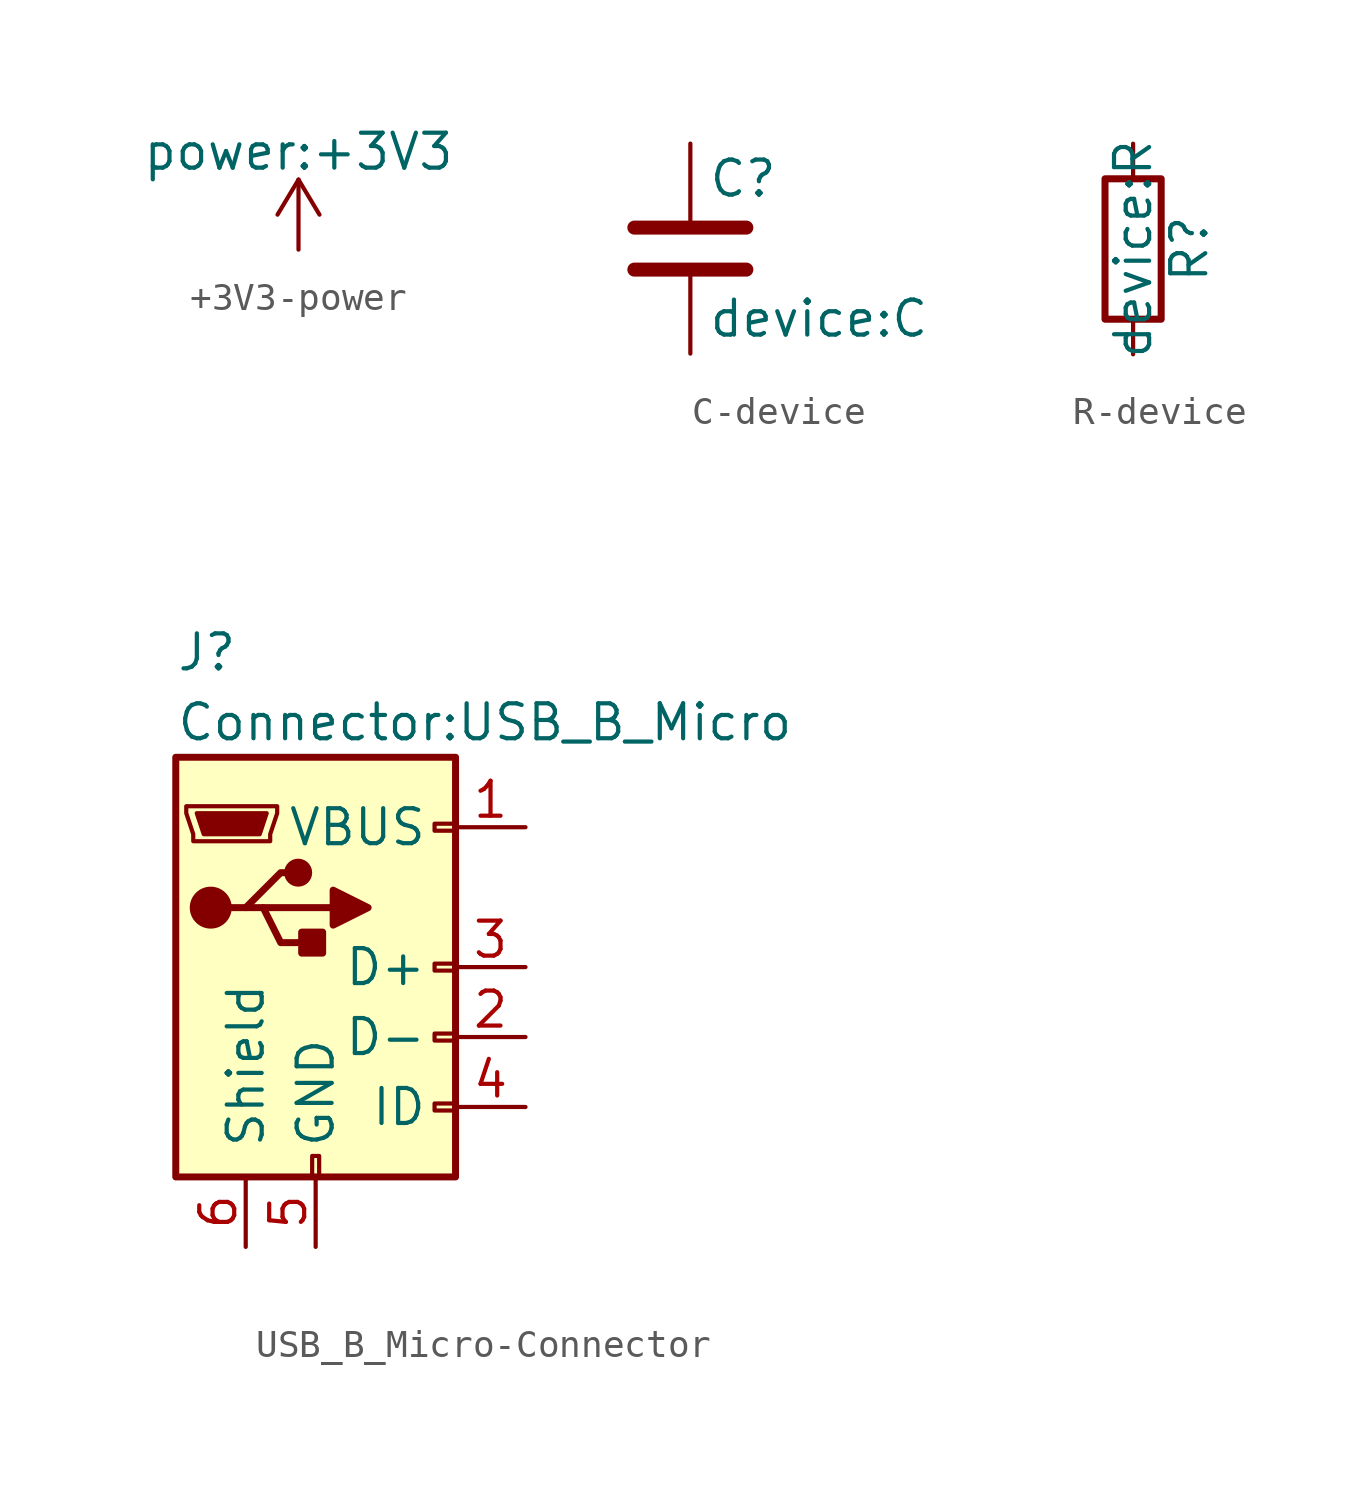
<source format=kicad_sym>
(kicad_symbol_lib
  (version 20241209)
  (generator "kicad_symbol_editor")
  (generator_version "9.0")
  (symbol "+3V3-power"
    (power)
    (pin_names
      (offset 0))
    (property "Reference" "#PWR"
      (at 0 -3.81 0)
      (effects (font (size 1.27 1.27)) (hide yes)))
    (property "Value" "power:+3V3"
      (at 0 3.556 0)
      (effects (font (size 1.27 1.27))))
    (symbol "+3V3-power_0_1"
      (polyline (pts (xy -0.762 1.27) (xy 0 2.54)) (stroke (width 0) (type solid)) (fill (type none)))
      (polyline (pts (xy 0 2.54) (xy 0.762 1.27)) (stroke (width 0) (type solid)) (fill (type none)))
      (polyline (pts (xy 0 0) (xy 0 2.54)) (stroke (width 0) (type solid)) (fill (type none))))
    (symbol "+3V3-power_1_1"
      (pin power_in line (at 0 0 90) (length 0) (hide yes) (name "+3V3" (effects (font (size 1.27 1.27)))) (number "1" (effects (font (size 1.27 1.27)))))))
  (symbol "C-device"
    (pin_numbers
      (hide yes))
    (pin_names
      (offset 0.254))
    (property "Reference" "C"
      (at 0.635 2.54 0)
      (effects (font (size 1.27 1.27)) (justify left)))
    (property "Value" "device:C"
      (at 0.635 -2.54 0)
      (effects (font (size 1.27 1.27)) (justify left)))
    (symbol "C-device_0_1"
      (polyline (pts (xy -2.032 0.762) (xy 2.032 0.762)) (stroke (width 0.508) (type solid)) (fill (type none)))
      (polyline (pts (xy -2.032 -0.762) (xy 2.032 -0.762)) (stroke (width 0.508) (type solid)) (fill (type none))))
    (symbol "C-device_1_1"
      (pin passive line (at 0 3.81 270) (length 2.794) (name "~" (effects (font (size 1.27 1.27)))) (number "1" (effects (font (size 1.27 1.27)))))
      (pin passive line (at 0 -3.81 90) (length 2.794) (name "~" (effects (font (size 1.27 1.27)))) (number "2" (effects (font (size 1.27 1.27)))))))
  (symbol "R-device"
    (pin_numbers
      (hide yes))
    (pin_names
      (offset 0))
    (property "Reference" "R"
      (at 2.032 0 90)
      (effects (font (size 1.27 1.27))))
    (property "Value" "device:R"
      (at 0 0 90)
      (effects (font (size 1.27 1.27))))
    (symbol "R-device_0_1"
      (rectangle (start -1.016 -2.54) (end 1.016 2.54) (stroke (width 0.254) (type solid)) (fill (type none))))
    (symbol "R-device_1_1"
      (pin passive line (at 0 3.81 270) (length 1.27) (name "~" (effects (font (size 1.27 1.27)))) (number "1" (effects (font (size 1.27 1.27)))))
      (pin passive line (at 0 -3.81 90) (length 1.27) (name "~" (effects (font (size 1.27 1.27)))) (number "2" (effects (font (size 1.27 1.27)))))))
  (symbol "USB_B_Micro-Connector"
    (pin_names
      (offset 1.016))
    (property "Reference" "J"
      (at -5.08 11.43 0)
      (effects (font (size 1.27 1.27)) (justify left)))
    (property "Value" "Connector:USB_B_Micro"
      (at -5.08 8.89 0)
      (effects (font (size 1.27 1.27)) (justify left)))
    (symbol "USB_B_Micro-Connector_0_1"
      (rectangle (start -5.08 -7.62) (end 5.08 7.62) (stroke (width 0.254) (type solid)) (fill (type background)))
      (polyline (pts (xy -4.699 5.842) (xy -4.699 5.588) (xy -4.445 4.826) (xy -4.445 4.572) (xy -1.651 4.572) (xy -1.651 4.826) (xy -1.397 5.588) (xy -1.397 5.842) (xy -4.699 5.842)) (stroke (width 0) (type solid)) (fill (type none)))
      (polyline (pts (xy -4.318 5.588) (xy -1.778 5.588) (xy -2.032 4.826) (xy -4.064 4.826) (xy -4.318 5.588)) (stroke (width 0) (type solid)) (fill (type outline)))
      (circle (center -3.81 2.159) (radius 0.635) (stroke (width 0.254) (type solid)) (fill (type outline)))
      (polyline (pts (xy -3.175 2.159) (xy -2.54 2.159) (xy -1.27 3.429) (xy -0.635 3.429)) (stroke (width 0.254) (type solid)) (fill (type none)))
      (polyline (pts (xy -2.54 2.159) (xy -1.905 2.159) (xy -1.27 0.889) (xy 0 0.889)) (stroke (width 0.254) (type solid)) (fill (type none)))
      (polyline (pts (xy -1.905 2.159) (xy 0.635 2.159)) (stroke (width 0.254) (type solid)) (fill (type none)))
      (circle (center -0.635 3.429) (radius 0.381) (stroke (width 0.254) (type solid)) (fill (type outline)))
      (rectangle (start -0.127 -7.62) (end 0.127 -6.858) (stroke (width 0) (type solid)) (fill (type none)))
      (rectangle (start 0.254 1.27) (end -0.508 0.508) (stroke (width 0.254) (type solid)) (fill (type outline)))
      (polyline (pts (xy 0.635 2.794) (xy 0.635 1.524) (xy 1.905 2.159) (xy 0.635 2.794)) (stroke (width 0.254) (type solid)) (fill (type outline)))
      (rectangle (start 5.08 4.953) (end 4.318 5.207) (stroke (width 0) (type solid)) (fill (type none)))
      (rectangle (start 5.08 -0.127) (end 4.318 0.127) (stroke (width 0) (type solid)) (fill (type none)))
      (rectangle (start 5.08 -2.667) (end 4.318 -2.413) (stroke (width 0) (type solid)) (fill (type none)))
      (rectangle (start 5.08 -5.207) (end 4.318 -4.953) (stroke (width 0) (type solid)) (fill (type none))))
    (symbol "USB_B_Micro-Connector_1_1"
      (pin passive line (at -2.54 -10.16 90) (length 2.54) (name "Shield" (effects (font (size 1.27 1.27)))) (number "6" (effects (font (size 1.27 1.27)))))
      (pin power_out line (at 0 -10.16 90) (length 2.54) (name "GND" (effects (font (size 1.27 1.27)))) (number "5" (effects (font (size 1.27 1.27)))))
      (pin power_out line (at 7.62 5.08 180) (length 2.54) (name "VBUS" (effects (font (size 1.27 1.27)))) (number "1" (effects (font (size 1.27 1.27)))))
      (pin passive line (at 7.62 0 180) (length 2.54) (name "D+" (effects (font (size 1.27 1.27)))) (number "3" (effects (font (size 1.27 1.27)))))
      (pin passive line (at 7.62 -2.54 180) (length 2.54) (name "D-" (effects (font (size 1.27 1.27)))) (number "2" (effects (font (size 1.27 1.27)))))
      (pin passive line (at 7.62 -5.08 180) (length 2.54) (name "ID" (effects (font (size 1.27 1.27)))) (number "4" (effects (font (size 1.27 1.27))))))))
</source>
